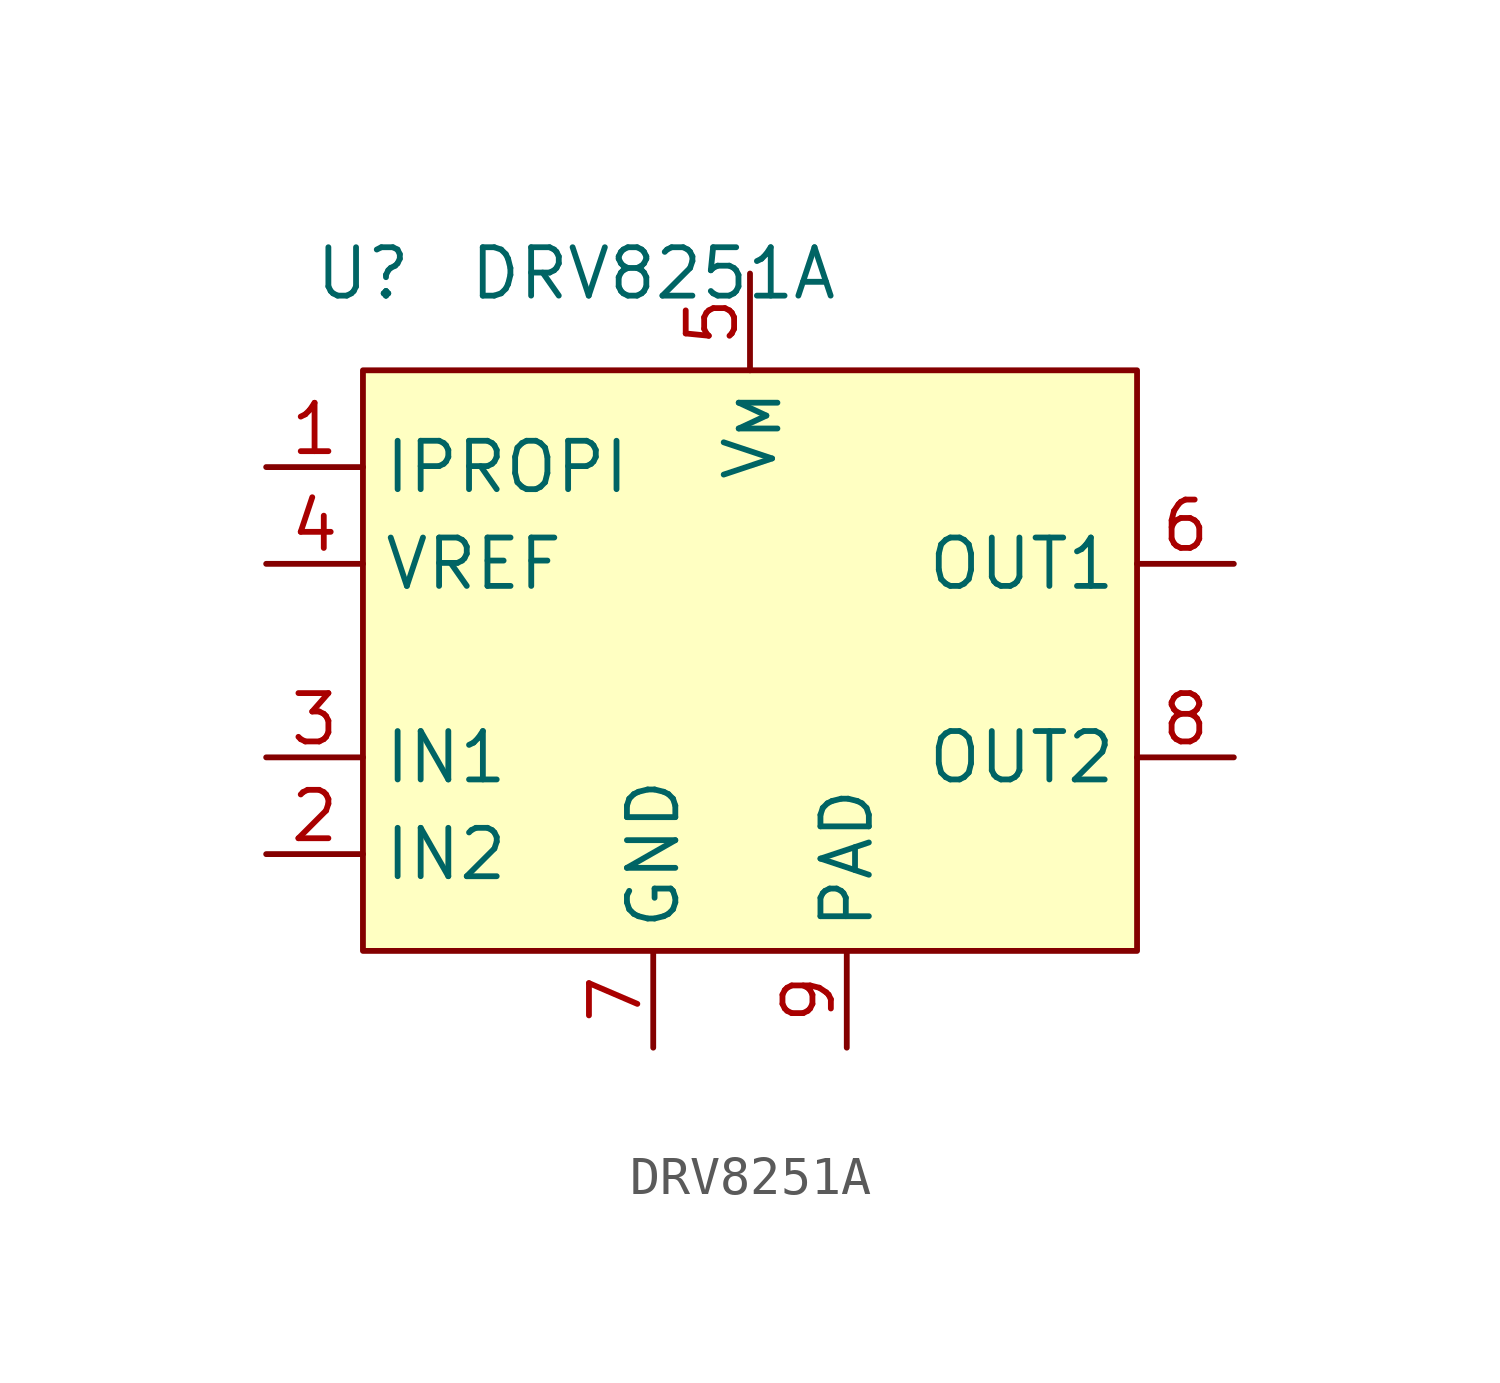
<source format=kicad_sym>
(kicad_symbol_lib
  (version 20220914)
  (generator kicad_symbol_editor)
  (symbol "DRV8251A"
    (property "Reference" "U"
      (at -10.16 10.16 0)
      (effects (font (size 1.27 1.27))))
    (property "Value" "DRV8251A"
      (at -2.54 10.16 0)
      (effects (font (size 1.27 1.27))))
    (symbol "DRV8251A_1_1"
      (rectangle (start -10.16 7.62) (end 10.16 -7.62) (stroke (width 0) (type default)) (fill (type background)))
      (pin unspecified line (at -12.7 5.08 0) (length 2.54) (name "IPROPI" (effects (font (size 1.27 1.27)))) (number "1" (effects (font (size 1.27 1.27)))))
      (pin input line (at -12.7 -5.08 0) (length 2.54) (name "IN2" (effects (font (size 1.27 1.27)))) (number "2" (effects (font (size 1.27 1.27)))))
      (pin input line (at -12.7 -2.54 0) (length 2.54) (name "IN1" (effects (font (size 1.27 1.27)))) (number "3" (effects (font (size 1.27 1.27)))))
      (pin input line (at -12.7 2.54 0) (length 2.54) (name "VREF" (effects (font (size 1.27 1.27)))) (number "4" (effects (font (size 1.27 1.27)))))
      (pin power_in line (at 0 10.16 270) (length 2.54) (name "V_{M}" (effects (font (size 1.27 1.27)))) (number "5" (effects (font (size 1.27 1.27)))))
      (pin output line (at 12.7 2.54 180) (length 2.54) (name "OUT1" (effects (font (size 1.27 1.27)))) (number "6" (effects (font (size 1.27 1.27)))))
      (pin power_in line (at -2.54 -10.16 90) (length 2.54) (name "GND" (effects (font (size 1.27 1.27)))) (number "7" (effects (font (size 1.27 1.27)))))
      (pin output line (at 12.7 -2.54 180) (length 2.54) (name "OUT2" (effects (font (size 1.27 1.27)))) (number "8" (effects (font (size 1.27 1.27)))))
      (pin power_in line (at 2.54 -10.16 90) (length 2.54) (name "PAD" (effects (font (size 1.27 1.27)))) (number "9" (effects (font (size 1.27 1.27))))))))
</source>
